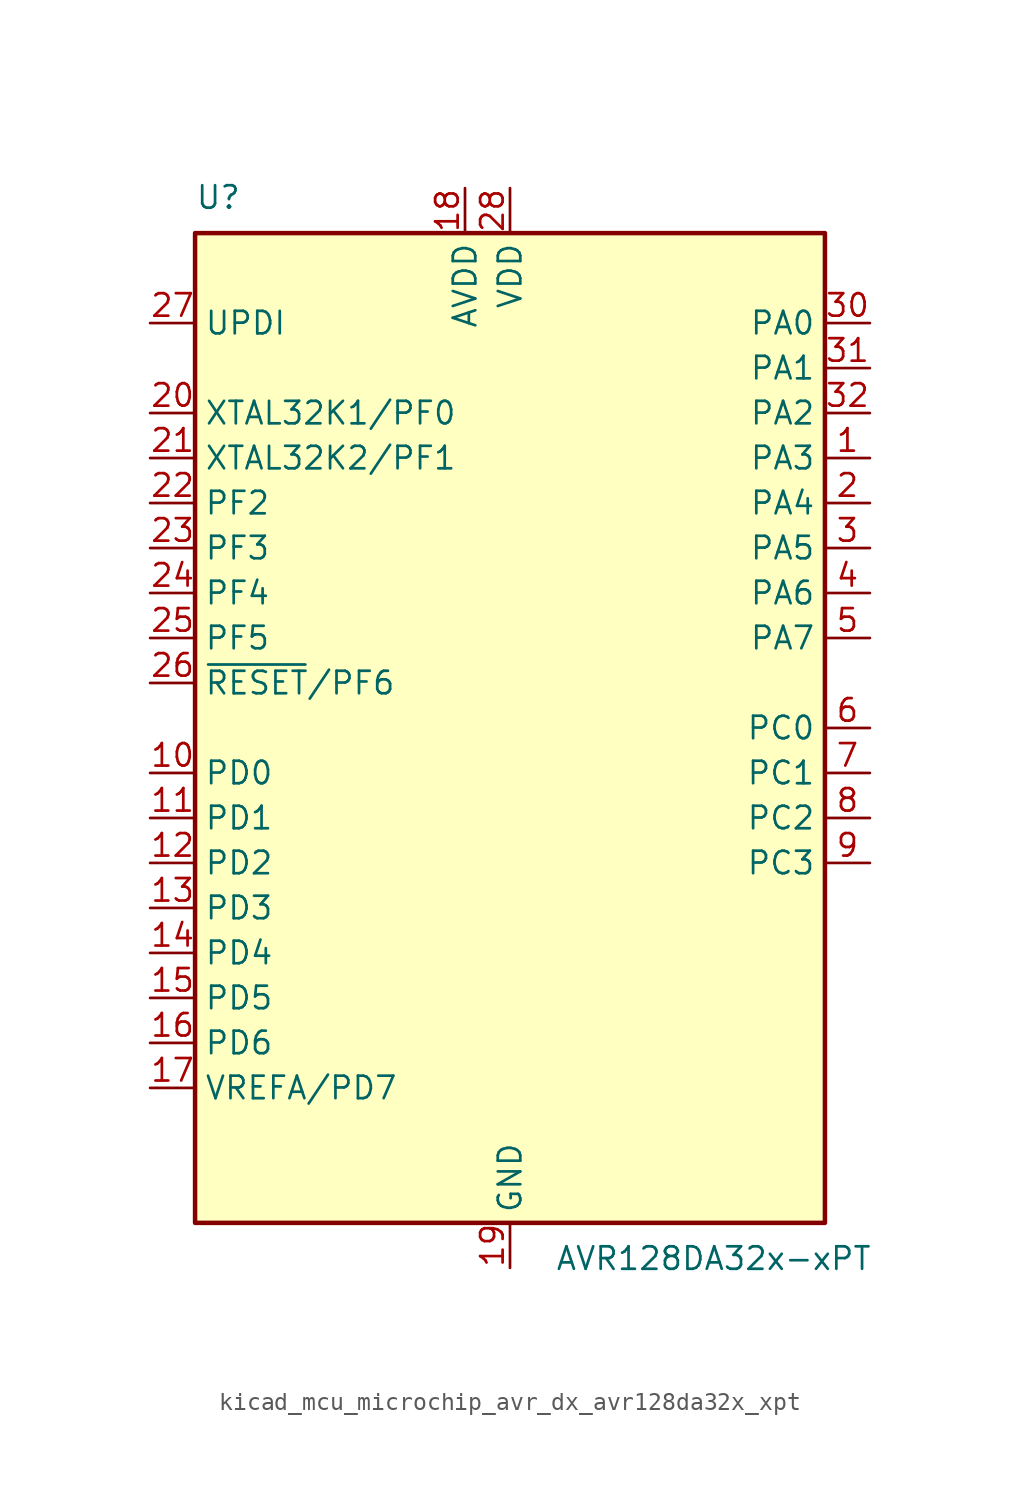
<source format=kicad_sym>
(kicad_symbol_lib
  (version 20220914)
  (generator kicad_symbol_editor)
  (symbol "kicad_mcu_microchip_avr_dx_avr128da32x_xpt"
    (property "Reference" "U"
      (at -17.78 29.21 0)
      (effects (font (size 1.27 1.27)) (justify left bottom)))
    (property "Value" "AVR128DA32x-xPT"
      (at 2.54 -29.21 0)
      (effects (font (size 1.27 1.27)) (justify left top)))
    (symbol "kicad_mcu_microchip_avr_dx_avr128da32x_xpt_0_1"
      (rectangle (start -17.78 27.94) (end 17.78 -27.94) (stroke (width 0.254) (type default)) (fill (type background))))
    (symbol "kicad_mcu_microchip_avr_dx_avr128da32x_xpt_1_1"
      (pin bidirectional line (at 20.32 15.24 180) (length 2.54) (name "PA3" (effects (font (size 1.27 1.27)))) (number "1" (effects (font (size 1.27 1.27)))))
      (pin bidirectional line (at -20.32 -2.54 0) (length 2.54) (name "PD0" (effects (font (size 1.27 1.27)))) (number "10" (effects (font (size 1.27 1.27)))))
      (pin bidirectional line (at -20.32 -5.08 0) (length 2.54) (name "PD1" (effects (font (size 1.27 1.27)))) (number "11" (effects (font (size 1.27 1.27)))))
      (pin bidirectional line (at -20.32 -7.62 0) (length 2.54) (name "PD2" (effects (font (size 1.27 1.27)))) (number "12" (effects (font (size 1.27 1.27)))))
      (pin bidirectional line (at -20.32 -10.16 0) (length 2.54) (name "PD3" (effects (font (size 1.27 1.27)))) (number "13" (effects (font (size 1.27 1.27)))))
      (pin bidirectional line (at -20.32 -12.7 0) (length 2.54) (name "PD4" (effects (font (size 1.27 1.27)))) (number "14" (effects (font (size 1.27 1.27)))))
      (pin bidirectional line (at -20.32 -15.24 0) (length 2.54) (name "PD5" (effects (font (size 1.27 1.27)))) (number "15" (effects (font (size 1.27 1.27)))))
      (pin bidirectional line (at -20.32 -17.78 0) (length 2.54) (name "PD6" (effects (font (size 1.27 1.27)))) (number "16" (effects (font (size 1.27 1.27)))))
      (pin bidirectional line (at -20.32 -20.32 0) (length 2.54) (name "VREFA/PD7" (effects (font (size 1.27 1.27)))) (number "17" (effects (font (size 1.27 1.27)))))
      (pin power_in line (at -2.54 30.48 270) (length 2.54) (name "AVDD" (effects (font (size 1.27 1.27)))) (number "18" (effects (font (size 1.27 1.27)))))
      (pin power_in line (at 0 -30.48 90) (length 2.54) (name "GND" (effects (font (size 1.27 1.27)))) (number "19" (effects (font (size 1.27 1.27)))))
      (pin bidirectional line (at 20.32 12.7 180) (length 2.54) (name "PA4" (effects (font (size 1.27 1.27)))) (number "2" (effects (font (size 1.27 1.27)))))
      (pin bidirectional line (at -20.32 17.78 0) (length 2.54) (name "XTAL32K1/PF0" (effects (font (size 1.27 1.27)))) (number "20" (effects (font (size 1.27 1.27)))))
      (pin bidirectional line (at -20.32 15.24 0) (length 2.54) (name "XTAL32K2/PF1" (effects (font (size 1.27 1.27)))) (number "21" (effects (font (size 1.27 1.27)))))
      (pin bidirectional line (at -20.32 12.7 0) (length 2.54) (name "PF2" (effects (font (size 1.27 1.27)))) (number "22" (effects (font (size 1.27 1.27)))))
      (pin bidirectional line (at -20.32 10.16 0) (length 2.54) (name "PF3" (effects (font (size 1.27 1.27)))) (number "23" (effects (font (size 1.27 1.27)))))
      (pin bidirectional line (at -20.32 7.62 0) (length 2.54) (name "PF4" (effects (font (size 1.27 1.27)))) (number "24" (effects (font (size 1.27 1.27)))))
      (pin bidirectional line (at -20.32 5.08 0) (length 2.54) (name "PF5" (effects (font (size 1.27 1.27)))) (number "25" (effects (font (size 1.27 1.27)))))
      (pin bidirectional line (at -20.32 2.54 0) (length 2.54) (name "~{RESET}/PF6" (effects (font (size 1.27 1.27)))) (number "26" (effects (font (size 1.27 1.27)))))
      (pin input line (at -20.32 22.86 0) (length 2.54) (name "UPDI" (effects (font (size 1.27 1.27)))) (number "27" (effects (font (size 1.27 1.27)))))
      (pin power_in line (at 0 30.48 270) (length 2.54) (name "VDD" (effects (font (size 1.27 1.27)))) (number "28" (effects (font (size 1.27 1.27)))))
      (pin passive line (at 0 -30.48 90) (length 2.54) hide (name "GND" (effects (font (size 1.27 1.27)))) (number "29" (effects (font (size 1.27 1.27)))))
      (pin bidirectional line (at 20.32 10.16 180) (length 2.54) (name "PA5" (effects (font (size 1.27 1.27)))) (number "3" (effects (font (size 1.27 1.27)))))
      (pin bidirectional line (at 20.32 22.86 180) (length 2.54) (name "PA0" (effects (font (size 1.27 1.27)))) (number "30" (effects (font (size 1.27 1.27)))))
      (pin bidirectional line (at 20.32 20.32 180) (length 2.54) (name "PA1" (effects (font (size 1.27 1.27)))) (number "31" (effects (font (size 1.27 1.27)))))
      (pin bidirectional line (at 20.32 17.78 180) (length 2.54) (name "PA2" (effects (font (size 1.27 1.27)))) (number "32" (effects (font (size 1.27 1.27)))))
      (pin bidirectional line (at 20.32 7.62 180) (length 2.54) (name "PA6" (effects (font (size 1.27 1.27)))) (number "4" (effects (font (size 1.27 1.27)))))
      (pin bidirectional line (at 20.32 5.08 180) (length 2.54) (name "PA7" (effects (font (size 1.27 1.27)))) (number "5" (effects (font (size 1.27 1.27)))))
      (pin bidirectional line (at 20.32 0 180) (length 2.54) (name "PC0" (effects (font (size 1.27 1.27)))) (number "6" (effects (font (size 1.27 1.27)))))
      (pin bidirectional line (at 20.32 -2.54 180) (length 2.54) (name "PC1" (effects (font (size 1.27 1.27)))) (number "7" (effects (font (size 1.27 1.27)))))
      (pin bidirectional line (at 20.32 -5.08 180) (length 2.54) (name "PC2" (effects (font (size 1.27 1.27)))) (number "8" (effects (font (size 1.27 1.27)))))
      (pin bidirectional line (at 20.32 -7.62 180) (length 2.54) (name "PC3" (effects (font (size 1.27 1.27)))) (number "9" (effects (font (size 1.27 1.27))))))))
</source>
